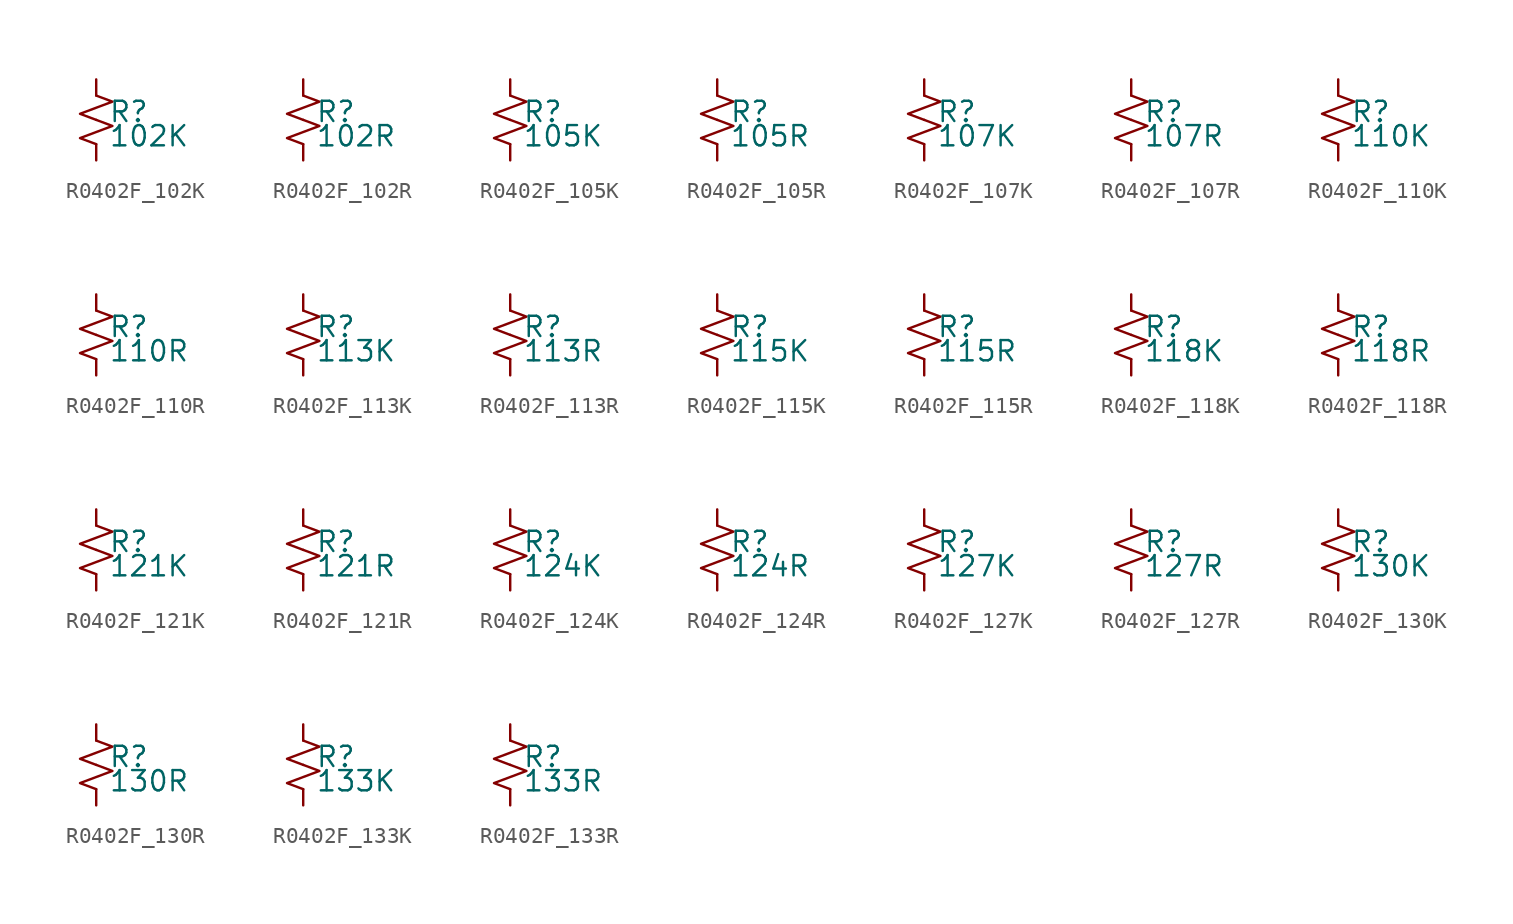
<source format=kicad_sym>
(kicad_symbol_lib
  (version 20220914)
  (generator kicad_symbol_editor)
  (symbol "R0402F_102K"
    (pin_numbers hide)
    (pin_names
      (offset 0.254) hide)
    (property "Reference" "R"
      (at 0.762 0.508 0)
      (effects (font (size 1.27 1.27)) (justify left)))
    (property "Value" "102K"
      (at 0.762 -1.016 0)
      (effects (font (size 1.27 1.27)) (justify left)))
    (symbol "R0402F_102K_1_1"
      (polyline (pts (xy 0 0) (xy 1.016 -0.381) (xy 0 -0.762) (xy -1.016 -1.143) (xy 0 -1.524)) (stroke (width 0) (type default)) (fill (type none)))
      (polyline (pts (xy 0 1.524) (xy 1.016 1.143) (xy 0 0.762) (xy -1.016 0.381) (xy 0 0)) (stroke (width 0) (type default)) (fill (type none)))
      (pin passive line (at 0 2.54 270) (length 1.016) (name "~" (effects (font (size 1.27 1.27)))) (number "1" (effects (font (size 1.27 1.27)))))
      (pin passive line (at 0 -2.54 90) (length 1.016) (name "~" (effects (font (size 1.27 1.27)))) (number "2" (effects (font (size 1.27 1.27)))))))
  (symbol "R0402F_102R"
    (pin_numbers hide)
    (pin_names
      (offset 0.254) hide)
    (property "Reference" "R"
      (at 0.762 0.508 0)
      (effects (font (size 1.27 1.27)) (justify left)))
    (property "Value" "102R"
      (at 0.762 -1.016 0)
      (effects (font (size 1.27 1.27)) (justify left)))
    (symbol "R0402F_102R_1_1"
      (polyline (pts (xy 0 0) (xy 1.016 -0.381) (xy 0 -0.762) (xy -1.016 -1.143) (xy 0 -1.524)) (stroke (width 0) (type default)) (fill (type none)))
      (polyline (pts (xy 0 1.524) (xy 1.016 1.143) (xy 0 0.762) (xy -1.016 0.381) (xy 0 0)) (stroke (width 0) (type default)) (fill (type none)))
      (pin passive line (at 0 2.54 270) (length 1.016) (name "~" (effects (font (size 1.27 1.27)))) (number "1" (effects (font (size 1.27 1.27)))))
      (pin passive line (at 0 -2.54 90) (length 1.016) (name "~" (effects (font (size 1.27 1.27)))) (number "2" (effects (font (size 1.27 1.27)))))))
  (symbol "R0402F_105K"
    (pin_numbers hide)
    (pin_names
      (offset 0.254) hide)
    (property "Reference" "R"
      (at 0.762 0.508 0)
      (effects (font (size 1.27 1.27)) (justify left)))
    (property "Value" "105K"
      (at 0.762 -1.016 0)
      (effects (font (size 1.27 1.27)) (justify left)))
    (symbol "R0402F_105K_1_1"
      (polyline (pts (xy 0 0) (xy 1.016 -0.381) (xy 0 -0.762) (xy -1.016 -1.143) (xy 0 -1.524)) (stroke (width 0) (type default)) (fill (type none)))
      (polyline (pts (xy 0 1.524) (xy 1.016 1.143) (xy 0 0.762) (xy -1.016 0.381) (xy 0 0)) (stroke (width 0) (type default)) (fill (type none)))
      (pin passive line (at 0 2.54 270) (length 1.016) (name "~" (effects (font (size 1.27 1.27)))) (number "1" (effects (font (size 1.27 1.27)))))
      (pin passive line (at 0 -2.54 90) (length 1.016) (name "~" (effects (font (size 1.27 1.27)))) (number "2" (effects (font (size 1.27 1.27)))))))
  (symbol "R0402F_105R"
    (pin_numbers hide)
    (pin_names
      (offset 0.254) hide)
    (property "Reference" "R"
      (at 0.762 0.508 0)
      (effects (font (size 1.27 1.27)) (justify left)))
    (property "Value" "105R"
      (at 0.762 -1.016 0)
      (effects (font (size 1.27 1.27)) (justify left)))
    (symbol "R0402F_105R_1_1"
      (polyline (pts (xy 0 0) (xy 1.016 -0.381) (xy 0 -0.762) (xy -1.016 -1.143) (xy 0 -1.524)) (stroke (width 0) (type default)) (fill (type none)))
      (polyline (pts (xy 0 1.524) (xy 1.016 1.143) (xy 0 0.762) (xy -1.016 0.381) (xy 0 0)) (stroke (width 0) (type default)) (fill (type none)))
      (pin passive line (at 0 2.54 270) (length 1.016) (name "~" (effects (font (size 1.27 1.27)))) (number "1" (effects (font (size 1.27 1.27)))))
      (pin passive line (at 0 -2.54 90) (length 1.016) (name "~" (effects (font (size 1.27 1.27)))) (number "2" (effects (font (size 1.27 1.27)))))))
  (symbol "R0402F_107K"
    (pin_numbers hide)
    (pin_names
      (offset 0.254) hide)
    (property "Reference" "R"
      (at 0.762 0.508 0)
      (effects (font (size 1.27 1.27)) (justify left)))
    (property "Value" "107K"
      (at 0.762 -1.016 0)
      (effects (font (size 1.27 1.27)) (justify left)))
    (symbol "R0402F_107K_1_1"
      (polyline (pts (xy 0 0) (xy 1.016 -0.381) (xy 0 -0.762) (xy -1.016 -1.143) (xy 0 -1.524)) (stroke (width 0) (type default)) (fill (type none)))
      (polyline (pts (xy 0 1.524) (xy 1.016 1.143) (xy 0 0.762) (xy -1.016 0.381) (xy 0 0)) (stroke (width 0) (type default)) (fill (type none)))
      (pin passive line (at 0 2.54 270) (length 1.016) (name "~" (effects (font (size 1.27 1.27)))) (number "1" (effects (font (size 1.27 1.27)))))
      (pin passive line (at 0 -2.54 90) (length 1.016) (name "~" (effects (font (size 1.27 1.27)))) (number "2" (effects (font (size 1.27 1.27)))))))
  (symbol "R0402F_107R"
    (pin_numbers hide)
    (pin_names
      (offset 0.254) hide)
    (property "Reference" "R"
      (at 0.762 0.508 0)
      (effects (font (size 1.27 1.27)) (justify left)))
    (property "Value" "107R"
      (at 0.762 -1.016 0)
      (effects (font (size 1.27 1.27)) (justify left)))
    (symbol "R0402F_107R_1_1"
      (polyline (pts (xy 0 0) (xy 1.016 -0.381) (xy 0 -0.762) (xy -1.016 -1.143) (xy 0 -1.524)) (stroke (width 0) (type default)) (fill (type none)))
      (polyline (pts (xy 0 1.524) (xy 1.016 1.143) (xy 0 0.762) (xy -1.016 0.381) (xy 0 0)) (stroke (width 0) (type default)) (fill (type none)))
      (pin passive line (at 0 2.54 270) (length 1.016) (name "~" (effects (font (size 1.27 1.27)))) (number "1" (effects (font (size 1.27 1.27)))))
      (pin passive line (at 0 -2.54 90) (length 1.016) (name "~" (effects (font (size 1.27 1.27)))) (number "2" (effects (font (size 1.27 1.27)))))))
  (symbol "R0402F_110K"
    (pin_numbers hide)
    (pin_names
      (offset 0.254) hide)
    (property "Reference" "R"
      (at 0.762 0.508 0)
      (effects (font (size 1.27 1.27)) (justify left)))
    (property "Value" "110K"
      (at 0.762 -1.016 0)
      (effects (font (size 1.27 1.27)) (justify left)))
    (symbol "R0402F_110K_1_1"
      (polyline (pts (xy 0 0) (xy 1.016 -0.381) (xy 0 -0.762) (xy -1.016 -1.143) (xy 0 -1.524)) (stroke (width 0) (type default)) (fill (type none)))
      (polyline (pts (xy 0 1.524) (xy 1.016 1.143) (xy 0 0.762) (xy -1.016 0.381) (xy 0 0)) (stroke (width 0) (type default)) (fill (type none)))
      (pin passive line (at 0 2.54 270) (length 1.016) (name "~" (effects (font (size 1.27 1.27)))) (number "1" (effects (font (size 1.27 1.27)))))
      (pin passive line (at 0 -2.54 90) (length 1.016) (name "~" (effects (font (size 1.27 1.27)))) (number "2" (effects (font (size 1.27 1.27)))))))
  (symbol "R0402F_110R"
    (pin_numbers hide)
    (pin_names
      (offset 0.254) hide)
    (property "Reference" "R"
      (at 0.762 0.508 0)
      (effects (font (size 1.27 1.27)) (justify left)))
    (property "Value" "110R"
      (at 0.762 -1.016 0)
      (effects (font (size 1.27 1.27)) (justify left)))
    (symbol "R0402F_110R_1_1"
      (polyline (pts (xy 0 0) (xy 1.016 -0.381) (xy 0 -0.762) (xy -1.016 -1.143) (xy 0 -1.524)) (stroke (width 0) (type default)) (fill (type none)))
      (polyline (pts (xy 0 1.524) (xy 1.016 1.143) (xy 0 0.762) (xy -1.016 0.381) (xy 0 0)) (stroke (width 0) (type default)) (fill (type none)))
      (pin passive line (at 0 2.54 270) (length 1.016) (name "~" (effects (font (size 1.27 1.27)))) (number "1" (effects (font (size 1.27 1.27)))))
      (pin passive line (at 0 -2.54 90) (length 1.016) (name "~" (effects (font (size 1.27 1.27)))) (number "2" (effects (font (size 1.27 1.27)))))))
  (symbol "R0402F_113K"
    (pin_numbers hide)
    (pin_names
      (offset 0.254) hide)
    (property "Reference" "R"
      (at 0.762 0.508 0)
      (effects (font (size 1.27 1.27)) (justify left)))
    (property "Value" "113K"
      (at 0.762 -1.016 0)
      (effects (font (size 1.27 1.27)) (justify left)))
    (symbol "R0402F_113K_1_1"
      (polyline (pts (xy 0 0) (xy 1.016 -0.381) (xy 0 -0.762) (xy -1.016 -1.143) (xy 0 -1.524)) (stroke (width 0) (type default)) (fill (type none)))
      (polyline (pts (xy 0 1.524) (xy 1.016 1.143) (xy 0 0.762) (xy -1.016 0.381) (xy 0 0)) (stroke (width 0) (type default)) (fill (type none)))
      (pin passive line (at 0 2.54 270) (length 1.016) (name "~" (effects (font (size 1.27 1.27)))) (number "1" (effects (font (size 1.27 1.27)))))
      (pin passive line (at 0 -2.54 90) (length 1.016) (name "~" (effects (font (size 1.27 1.27)))) (number "2" (effects (font (size 1.27 1.27)))))))
  (symbol "R0402F_113R"
    (pin_numbers hide)
    (pin_names
      (offset 0.254) hide)
    (property "Reference" "R"
      (at 0.762 0.508 0)
      (effects (font (size 1.27 1.27)) (justify left)))
    (property "Value" "113R"
      (at 0.762 -1.016 0)
      (effects (font (size 1.27 1.27)) (justify left)))
    (symbol "R0402F_113R_1_1"
      (polyline (pts (xy 0 0) (xy 1.016 -0.381) (xy 0 -0.762) (xy -1.016 -1.143) (xy 0 -1.524)) (stroke (width 0) (type default)) (fill (type none)))
      (polyline (pts (xy 0 1.524) (xy 1.016 1.143) (xy 0 0.762) (xy -1.016 0.381) (xy 0 0)) (stroke (width 0) (type default)) (fill (type none)))
      (pin passive line (at 0 2.54 270) (length 1.016) (name "~" (effects (font (size 1.27 1.27)))) (number "1" (effects (font (size 1.27 1.27)))))
      (pin passive line (at 0 -2.54 90) (length 1.016) (name "~" (effects (font (size 1.27 1.27)))) (number "2" (effects (font (size 1.27 1.27)))))))
  (symbol "R0402F_115K"
    (pin_numbers hide)
    (pin_names
      (offset 0.254) hide)
    (property "Reference" "R"
      (at 0.762 0.508 0)
      (effects (font (size 1.27 1.27)) (justify left)))
    (property "Value" "115K"
      (at 0.762 -1.016 0)
      (effects (font (size 1.27 1.27)) (justify left)))
    (symbol "R0402F_115K_1_1"
      (polyline (pts (xy 0 0) (xy 1.016 -0.381) (xy 0 -0.762) (xy -1.016 -1.143) (xy 0 -1.524)) (stroke (width 0) (type default)) (fill (type none)))
      (polyline (pts (xy 0 1.524) (xy 1.016 1.143) (xy 0 0.762) (xy -1.016 0.381) (xy 0 0)) (stroke (width 0) (type default)) (fill (type none)))
      (pin passive line (at 0 2.54 270) (length 1.016) (name "~" (effects (font (size 1.27 1.27)))) (number "1" (effects (font (size 1.27 1.27)))))
      (pin passive line (at 0 -2.54 90) (length 1.016) (name "~" (effects (font (size 1.27 1.27)))) (number "2" (effects (font (size 1.27 1.27)))))))
  (symbol "R0402F_115R"
    (pin_numbers hide)
    (pin_names
      (offset 0.254) hide)
    (property "Reference" "R"
      (at 0.762 0.508 0)
      (effects (font (size 1.27 1.27)) (justify left)))
    (property "Value" "115R"
      (at 0.762 -1.016 0)
      (effects (font (size 1.27 1.27)) (justify left)))
    (symbol "R0402F_115R_1_1"
      (polyline (pts (xy 0 0) (xy 1.016 -0.381) (xy 0 -0.762) (xy -1.016 -1.143) (xy 0 -1.524)) (stroke (width 0) (type default)) (fill (type none)))
      (polyline (pts (xy 0 1.524) (xy 1.016 1.143) (xy 0 0.762) (xy -1.016 0.381) (xy 0 0)) (stroke (width 0) (type default)) (fill (type none)))
      (pin passive line (at 0 2.54 270) (length 1.016) (name "~" (effects (font (size 1.27 1.27)))) (number "1" (effects (font (size 1.27 1.27)))))
      (pin passive line (at 0 -2.54 90) (length 1.016) (name "~" (effects (font (size 1.27 1.27)))) (number "2" (effects (font (size 1.27 1.27)))))))
  (symbol "R0402F_118K"
    (pin_numbers hide)
    (pin_names
      (offset 0.254) hide)
    (property "Reference" "R"
      (at 0.762 0.508 0)
      (effects (font (size 1.27 1.27)) (justify left)))
    (property "Value" "118K"
      (at 0.762 -1.016 0)
      (effects (font (size 1.27 1.27)) (justify left)))
    (symbol "R0402F_118K_1_1"
      (polyline (pts (xy 0 0) (xy 1.016 -0.381) (xy 0 -0.762) (xy -1.016 -1.143) (xy 0 -1.524)) (stroke (width 0) (type default)) (fill (type none)))
      (polyline (pts (xy 0 1.524) (xy 1.016 1.143) (xy 0 0.762) (xy -1.016 0.381) (xy 0 0)) (stroke (width 0) (type default)) (fill (type none)))
      (pin passive line (at 0 2.54 270) (length 1.016) (name "~" (effects (font (size 1.27 1.27)))) (number "1" (effects (font (size 1.27 1.27)))))
      (pin passive line (at 0 -2.54 90) (length 1.016) (name "~" (effects (font (size 1.27 1.27)))) (number "2" (effects (font (size 1.27 1.27)))))))
  (symbol "R0402F_118R"
    (pin_numbers hide)
    (pin_names
      (offset 0.254) hide)
    (property "Reference" "R"
      (at 0.762 0.508 0)
      (effects (font (size 1.27 1.27)) (justify left)))
    (property "Value" "118R"
      (at 0.762 -1.016 0)
      (effects (font (size 1.27 1.27)) (justify left)))
    (symbol "R0402F_118R_1_1"
      (polyline (pts (xy 0 0) (xy 1.016 -0.381) (xy 0 -0.762) (xy -1.016 -1.143) (xy 0 -1.524)) (stroke (width 0) (type default)) (fill (type none)))
      (polyline (pts (xy 0 1.524) (xy 1.016 1.143) (xy 0 0.762) (xy -1.016 0.381) (xy 0 0)) (stroke (width 0) (type default)) (fill (type none)))
      (pin passive line (at 0 2.54 270) (length 1.016) (name "~" (effects (font (size 1.27 1.27)))) (number "1" (effects (font (size 1.27 1.27)))))
      (pin passive line (at 0 -2.54 90) (length 1.016) (name "~" (effects (font (size 1.27 1.27)))) (number "2" (effects (font (size 1.27 1.27)))))))
  (symbol "R0402F_121K"
    (pin_numbers hide)
    (pin_names
      (offset 0.254) hide)
    (property "Reference" "R"
      (at 0.762 0.508 0)
      (effects (font (size 1.27 1.27)) (justify left)))
    (property "Value" "121K"
      (at 0.762 -1.016 0)
      (effects (font (size 1.27 1.27)) (justify left)))
    (symbol "R0402F_121K_1_1"
      (polyline (pts (xy 0 0) (xy 1.016 -0.381) (xy 0 -0.762) (xy -1.016 -1.143) (xy 0 -1.524)) (stroke (width 0) (type default)) (fill (type none)))
      (polyline (pts (xy 0 1.524) (xy 1.016 1.143) (xy 0 0.762) (xy -1.016 0.381) (xy 0 0)) (stroke (width 0) (type default)) (fill (type none)))
      (pin passive line (at 0 2.54 270) (length 1.016) (name "~" (effects (font (size 1.27 1.27)))) (number "1" (effects (font (size 1.27 1.27)))))
      (pin passive line (at 0 -2.54 90) (length 1.016) (name "~" (effects (font (size 1.27 1.27)))) (number "2" (effects (font (size 1.27 1.27)))))))
  (symbol "R0402F_121R"
    (pin_numbers hide)
    (pin_names
      (offset 0.254) hide)
    (property "Reference" "R"
      (at 0.762 0.508 0)
      (effects (font (size 1.27 1.27)) (justify left)))
    (property "Value" "121R"
      (at 0.762 -1.016 0)
      (effects (font (size 1.27 1.27)) (justify left)))
    (symbol "R0402F_121R_1_1"
      (polyline (pts (xy 0 0) (xy 1.016 -0.381) (xy 0 -0.762) (xy -1.016 -1.143) (xy 0 -1.524)) (stroke (width 0) (type default)) (fill (type none)))
      (polyline (pts (xy 0 1.524) (xy 1.016 1.143) (xy 0 0.762) (xy -1.016 0.381) (xy 0 0)) (stroke (width 0) (type default)) (fill (type none)))
      (pin passive line (at 0 2.54 270) (length 1.016) (name "~" (effects (font (size 1.27 1.27)))) (number "1" (effects (font (size 1.27 1.27)))))
      (pin passive line (at 0 -2.54 90) (length 1.016) (name "~" (effects (font (size 1.27 1.27)))) (number "2" (effects (font (size 1.27 1.27)))))))
  (symbol "R0402F_124K"
    (pin_numbers hide)
    (pin_names
      (offset 0.254) hide)
    (property "Reference" "R"
      (at 0.762 0.508 0)
      (effects (font (size 1.27 1.27)) (justify left)))
    (property "Value" "124K"
      (at 0.762 -1.016 0)
      (effects (font (size 1.27 1.27)) (justify left)))
    (symbol "R0402F_124K_1_1"
      (polyline (pts (xy 0 0) (xy 1.016 -0.381) (xy 0 -0.762) (xy -1.016 -1.143) (xy 0 -1.524)) (stroke (width 0) (type default)) (fill (type none)))
      (polyline (pts (xy 0 1.524) (xy 1.016 1.143) (xy 0 0.762) (xy -1.016 0.381) (xy 0 0)) (stroke (width 0) (type default)) (fill (type none)))
      (pin passive line (at 0 2.54 270) (length 1.016) (name "~" (effects (font (size 1.27 1.27)))) (number "1" (effects (font (size 1.27 1.27)))))
      (pin passive line (at 0 -2.54 90) (length 1.016) (name "~" (effects (font (size 1.27 1.27)))) (number "2" (effects (font (size 1.27 1.27)))))))
  (symbol "R0402F_124R"
    (pin_numbers hide)
    (pin_names
      (offset 0.254) hide)
    (property "Reference" "R"
      (at 0.762 0.508 0)
      (effects (font (size 1.27 1.27)) (justify left)))
    (property "Value" "124R"
      (at 0.762 -1.016 0)
      (effects (font (size 1.27 1.27)) (justify left)))
    (symbol "R0402F_124R_1_1"
      (polyline (pts (xy 0 0) (xy 1.016 -0.381) (xy 0 -0.762) (xy -1.016 -1.143) (xy 0 -1.524)) (stroke (width 0) (type default)) (fill (type none)))
      (polyline (pts (xy 0 1.524) (xy 1.016 1.143) (xy 0 0.762) (xy -1.016 0.381) (xy 0 0)) (stroke (width 0) (type default)) (fill (type none)))
      (pin passive line (at 0 2.54 270) (length 1.016) (name "~" (effects (font (size 1.27 1.27)))) (number "1" (effects (font (size 1.27 1.27)))))
      (pin passive line (at 0 -2.54 90) (length 1.016) (name "~" (effects (font (size 1.27 1.27)))) (number "2" (effects (font (size 1.27 1.27)))))))
  (symbol "R0402F_127K"
    (pin_numbers hide)
    (pin_names
      (offset 0.254) hide)
    (property "Reference" "R"
      (at 0.762 0.508 0)
      (effects (font (size 1.27 1.27)) (justify left)))
    (property "Value" "127K"
      (at 0.762 -1.016 0)
      (effects (font (size 1.27 1.27)) (justify left)))
    (symbol "R0402F_127K_1_1"
      (polyline (pts (xy 0 0) (xy 1.016 -0.381) (xy 0 -0.762) (xy -1.016 -1.143) (xy 0 -1.524)) (stroke (width 0) (type default)) (fill (type none)))
      (polyline (pts (xy 0 1.524) (xy 1.016 1.143) (xy 0 0.762) (xy -1.016 0.381) (xy 0 0)) (stroke (width 0) (type default)) (fill (type none)))
      (pin passive line (at 0 2.54 270) (length 1.016) (name "~" (effects (font (size 1.27 1.27)))) (number "1" (effects (font (size 1.27 1.27)))))
      (pin passive line (at 0 -2.54 90) (length 1.016) (name "~" (effects (font (size 1.27 1.27)))) (number "2" (effects (font (size 1.27 1.27)))))))
  (symbol "R0402F_127R"
    (pin_numbers hide)
    (pin_names
      (offset 0.254) hide)
    (property "Reference" "R"
      (at 0.762 0.508 0)
      (effects (font (size 1.27 1.27)) (justify left)))
    (property "Value" "127R"
      (at 0.762 -1.016 0)
      (effects (font (size 1.27 1.27)) (justify left)))
    (symbol "R0402F_127R_1_1"
      (polyline (pts (xy 0 0) (xy 1.016 -0.381) (xy 0 -0.762) (xy -1.016 -1.143) (xy 0 -1.524)) (stroke (width 0) (type default)) (fill (type none)))
      (polyline (pts (xy 0 1.524) (xy 1.016 1.143) (xy 0 0.762) (xy -1.016 0.381) (xy 0 0)) (stroke (width 0) (type default)) (fill (type none)))
      (pin passive line (at 0 2.54 270) (length 1.016) (name "~" (effects (font (size 1.27 1.27)))) (number "1" (effects (font (size 1.27 1.27)))))
      (pin passive line (at 0 -2.54 90) (length 1.016) (name "~" (effects (font (size 1.27 1.27)))) (number "2" (effects (font (size 1.27 1.27)))))))
  (symbol "R0402F_130K"
    (pin_numbers hide)
    (pin_names
      (offset 0.254) hide)
    (property "Reference" "R"
      (at 0.762 0.508 0)
      (effects (font (size 1.27 1.27)) (justify left)))
    (property "Value" "130K"
      (at 0.762 -1.016 0)
      (effects (font (size 1.27 1.27)) (justify left)))
    (symbol "R0402F_130K_1_1"
      (polyline (pts (xy 0 0) (xy 1.016 -0.381) (xy 0 -0.762) (xy -1.016 -1.143) (xy 0 -1.524)) (stroke (width 0) (type default)) (fill (type none)))
      (polyline (pts (xy 0 1.524) (xy 1.016 1.143) (xy 0 0.762) (xy -1.016 0.381) (xy 0 0)) (stroke (width 0) (type default)) (fill (type none)))
      (pin passive line (at 0 2.54 270) (length 1.016) (name "~" (effects (font (size 1.27 1.27)))) (number "1" (effects (font (size 1.27 1.27)))))
      (pin passive line (at 0 -2.54 90) (length 1.016) (name "~" (effects (font (size 1.27 1.27)))) (number "2" (effects (font (size 1.27 1.27)))))))
  (symbol "R0402F_130R"
    (pin_numbers hide)
    (pin_names
      (offset 0.254) hide)
    (property "Reference" "R"
      (at 0.762 0.508 0)
      (effects (font (size 1.27 1.27)) (justify left)))
    (property "Value" "130R"
      (at 0.762 -1.016 0)
      (effects (font (size 1.27 1.27)) (justify left)))
    (symbol "R0402F_130R_1_1"
      (polyline (pts (xy 0 0) (xy 1.016 -0.381) (xy 0 -0.762) (xy -1.016 -1.143) (xy 0 -1.524)) (stroke (width 0) (type default)) (fill (type none)))
      (polyline (pts (xy 0 1.524) (xy 1.016 1.143) (xy 0 0.762) (xy -1.016 0.381) (xy 0 0)) (stroke (width 0) (type default)) (fill (type none)))
      (pin passive line (at 0 2.54 270) (length 1.016) (name "~" (effects (font (size 1.27 1.27)))) (number "1" (effects (font (size 1.27 1.27)))))
      (pin passive line (at 0 -2.54 90) (length 1.016) (name "~" (effects (font (size 1.27 1.27)))) (number "2" (effects (font (size 1.27 1.27)))))))
  (symbol "R0402F_133K"
    (pin_numbers hide)
    (pin_names
      (offset 0.254) hide)
    (property "Reference" "R"
      (at 0.762 0.508 0)
      (effects (font (size 1.27 1.27)) (justify left)))
    (property "Value" "133K"
      (at 0.762 -1.016 0)
      (effects (font (size 1.27 1.27)) (justify left)))
    (symbol "R0402F_133K_1_1"
      (polyline (pts (xy 0 0) (xy 1.016 -0.381) (xy 0 -0.762) (xy -1.016 -1.143) (xy 0 -1.524)) (stroke (width 0) (type default)) (fill (type none)))
      (polyline (pts (xy 0 1.524) (xy 1.016 1.143) (xy 0 0.762) (xy -1.016 0.381) (xy 0 0)) (stroke (width 0) (type default)) (fill (type none)))
      (pin passive line (at 0 2.54 270) (length 1.016) (name "~" (effects (font (size 1.27 1.27)))) (number "1" (effects (font (size 1.27 1.27)))))
      (pin passive line (at 0 -2.54 90) (length 1.016) (name "~" (effects (font (size 1.27 1.27)))) (number "2" (effects (font (size 1.27 1.27)))))))
  (symbol "R0402F_133R"
    (pin_numbers hide)
    (pin_names
      (offset 0.254) hide)
    (property "Reference" "R"
      (at 0.762 0.508 0)
      (effects (font (size 1.27 1.27)) (justify left)))
    (property "Value" "133R"
      (at 0.762 -1.016 0)
      (effects (font (size 1.27 1.27)) (justify left)))
    (symbol "R0402F_133R_1_1"
      (polyline (pts (xy 0 0) (xy 1.016 -0.381) (xy 0 -0.762) (xy -1.016 -1.143) (xy 0 -1.524)) (stroke (width 0) (type default)) (fill (type none)))
      (polyline (pts (xy 0 1.524) (xy 1.016 1.143) (xy 0 0.762) (xy -1.016 0.381) (xy 0 0)) (stroke (width 0) (type default)) (fill (type none)))
      (pin passive line (at 0 2.54 270) (length 1.016) (name "~" (effects (font (size 1.27 1.27)))) (number "1" (effects (font (size 1.27 1.27)))))
      (pin passive line (at 0 -2.54 90) (length 1.016) (name "~" (effects (font (size 1.27 1.27)))) (number "2" (effects (font (size 1.27 1.27))))))))
</source>
